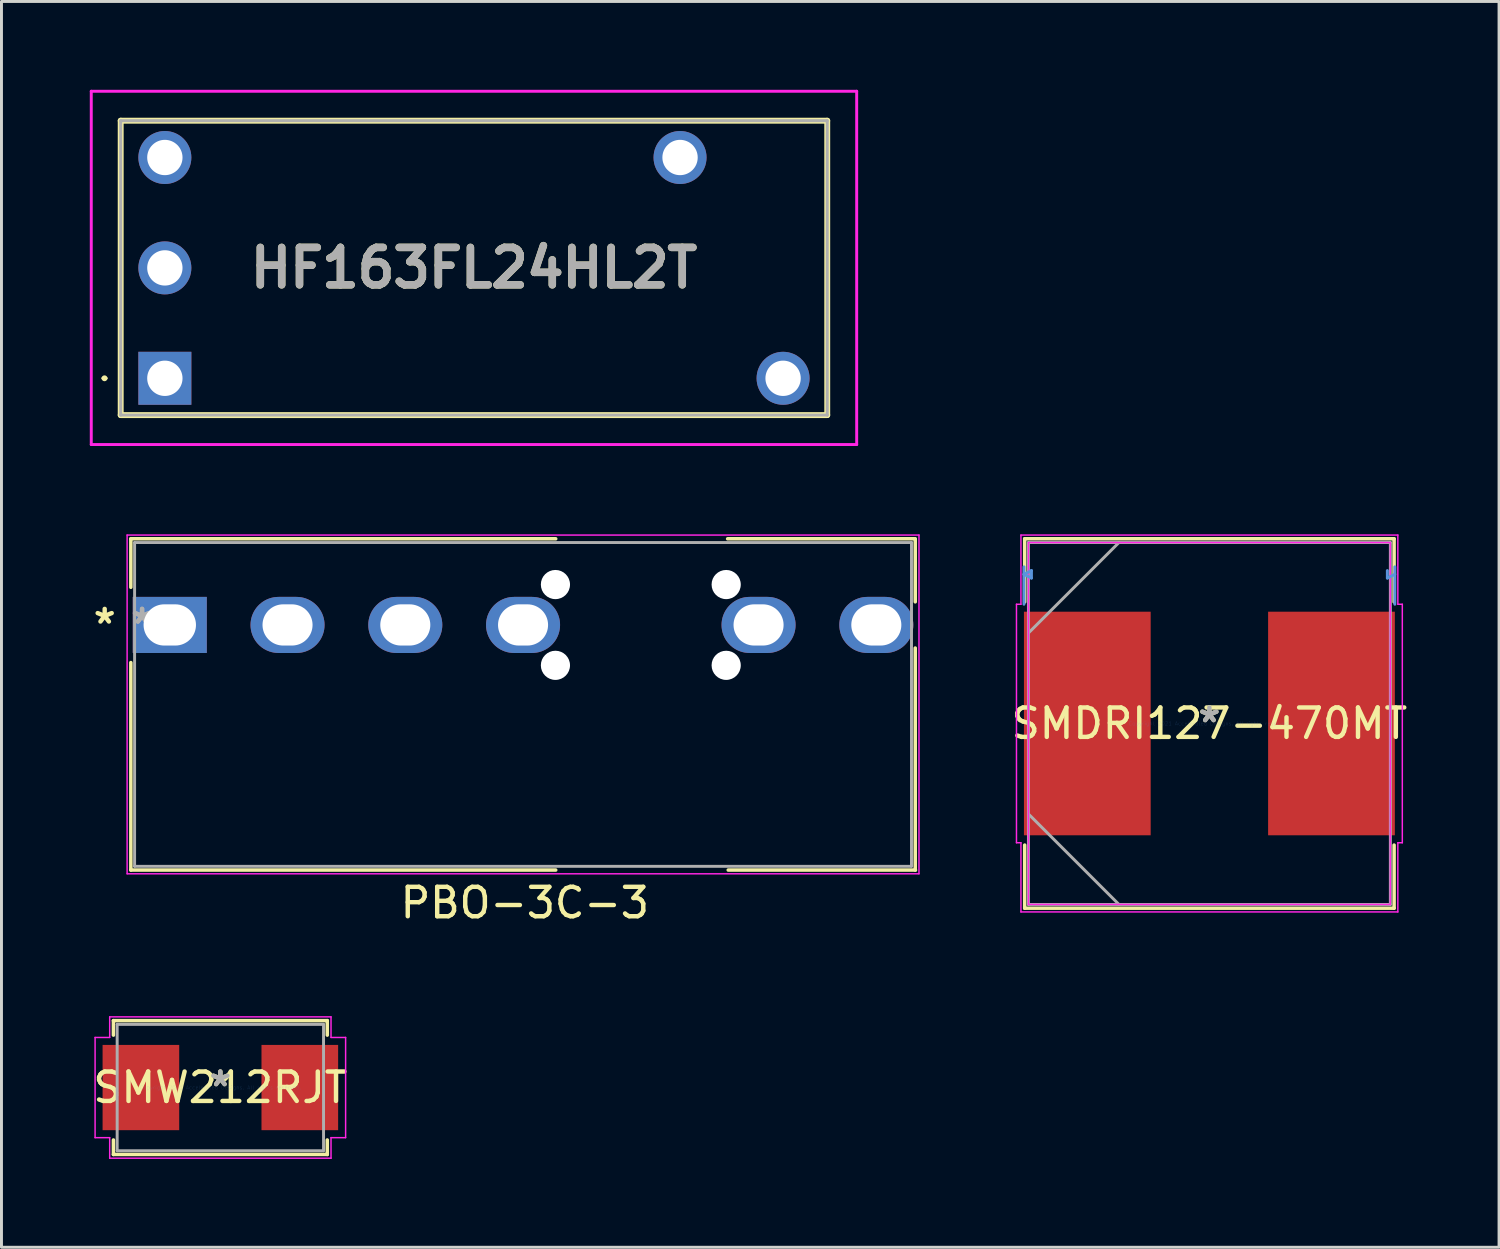
<source format=kicad_pcb>
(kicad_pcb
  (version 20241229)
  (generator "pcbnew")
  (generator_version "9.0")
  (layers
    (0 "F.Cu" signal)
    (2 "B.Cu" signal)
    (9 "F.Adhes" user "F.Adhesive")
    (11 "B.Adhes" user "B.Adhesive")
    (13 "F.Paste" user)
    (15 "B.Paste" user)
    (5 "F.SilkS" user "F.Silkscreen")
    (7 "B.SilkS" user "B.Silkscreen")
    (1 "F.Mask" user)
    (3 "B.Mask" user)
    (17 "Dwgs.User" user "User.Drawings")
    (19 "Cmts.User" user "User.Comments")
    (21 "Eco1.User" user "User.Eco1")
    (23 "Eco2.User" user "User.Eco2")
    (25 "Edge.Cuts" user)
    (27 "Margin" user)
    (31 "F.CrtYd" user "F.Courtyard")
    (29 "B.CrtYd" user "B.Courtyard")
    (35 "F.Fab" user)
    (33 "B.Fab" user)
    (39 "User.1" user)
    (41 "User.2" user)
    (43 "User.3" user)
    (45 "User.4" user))
  (footprint "PBO-3C-3"
    (layer "F.Cu")
    (at 2.717 18.178)
    (property "Reference" "PBO-3C-3" (at 12.06 9.44 0) (layer "F.SilkS") (effects (font (size 1 1) (thickness 0.15))))
    (attr through_hole)
    (fp_line (start -1.322 -2.926) (end -1.322 -1.279) (stroke (width 0.12) (type solid)) (layer "F.SilkS"))
    (fp_line (start -1.322 1.279) (end -1.322 8.326) (stroke (width 0.12) (type solid)) (layer "F.SilkS"))
    (fp_line (start -1.322 8.326) (end 13.11 8.326) (stroke (width 0.12) (type solid)) (layer "F.SilkS"))
    (fp_line (start 13.11 -2.926) (end -1.322 -2.926) (stroke (width 0.12) (type solid)) (layer "F.SilkS"))
    (fp_line (start 25.31 -2.926) (end 18.95 -2.926) (stroke (width 0.12) (type solid)) (layer "F.SilkS"))
    (fp_line (start 25.322 -0.785) (end 25.322 -2.926) (stroke (width 0.12) (type solid)) (layer "F.SilkS"))
    (fp_line (start 25.322 8.326) (end 25.322 0.785) (stroke (width 0.12) (type solid)) (layer "F.SilkS"))
    (fp_line (start 25.33 8.326) (end 18.97 8.326) (stroke (width 0.12) (type solid)) (layer "F.SilkS"))
    (fp_line (start -1.449 -3.053) (end 25.449 -3.053) (stroke (width 0.05) (type solid)) (layer "F.CrtYd"))
    (fp_line (start -1.449 8.453) (end -1.449 -3.053) (stroke (width 0.05) (type solid)) (layer "F.CrtYd"))
    (fp_line (start 25.449 -3.053) (end 25.449 8.453) (stroke (width 0.05) (type solid)) (layer "F.CrtYd"))
    (fp_line (start 25.449 8.453) (end -1.449 8.453) (stroke (width 0.05) (type solid)) (layer "F.CrtYd"))
    (fp_line (start -1.195 -2.799) (end -1.195 8.199) (stroke (width 0.1) (type solid)) (layer "F.Fab"))
    (fp_line (start -1.195 8.199) (end 25.195 8.199) (stroke (width 0.1) (type solid)) (layer "F.Fab"))
    (fp_line (start 25.195 -2.799) (end -1.195 -2.799) (stroke (width 0.1) (type solid)) (layer "F.Fab"))
    (fp_line (start 25.195 8.199) (end 25.195 -2.799) (stroke (width 0.1) (type solid)) (layer "F.Fab"))
    (fp_text user "*" (at -2.211 0 0) (layer "F.SilkS") (effects (font (size 1 1) (thickness 0.15))))
    (fp_text user "*" (at -0.941 0 0) (layer "F.Fab") (effects (font (size 1 1) (thickness 0.15))))
    (fp_text user "*" (at -0.941 0 0) (layer "F.Fab") (effects (font (size 1 1) (thickness 0.15))))
    (pad "" np_thru_hole circle (at 13.1 -1.372) (size 0.991 0.991) (drill 0.991) (layers "*.Cu" "*.Mask"))
    (pad "" np_thru_hole circle (at 13.1 1.372) (size 0.991 0.991) (drill 0.991) (layers "*.Cu" "*.Mask"))
    (pad "" np_thru_hole circle (at 18.9 -1.372) (size 0.991 0.991) (drill 0.991) (layers "*.Cu" "*.Mask"))
    (pad "" np_thru_hole circle (at 18.9 1.372) (size 0.991 0.991) (drill 0.991) (layers "*.Cu" "*.Mask"))
    (pad "1" thru_hole rect (at 0 0) (size 2.515 1.905) (drill oval 1.78 1.4) (layers "*.Cu" "*.Mask"))
    (pad "2" thru_hole oval (at 4 0) (size 2.515 1.905) (drill oval 1.7 1.4) (layers "*.Cu" "*.Mask"))
    (pad "3" thru_hole oval (at 8 0) (size 2.515 1.905) (drill oval 1.7 1.4) (layers "*.Cu" "*.Mask"))
    (pad "4" thru_hole oval (at 12 0) (size 2.515 1.905) (drill oval 1.7 1.4) (layers "*.Cu" "*.Mask"))
    (pad "5" thru_hole oval (at 20 0) (size 2.515 1.905) (drill oval 1.7 1.4) (layers "*.Cu" "*.Mask"))
    (pad "6" thru_hole oval (at 24 0) (size 2.515 1.905) (drill oval 1.7 1.4) (layers "*.Cu" "*.Mask")))
  (footprint "SMDRI127-470MT"
    (layer "F.Cu")
    (at 38.031 21.526)
    (property "Reference" "SMDRI127-470MT" (at 0 0 0) (layer "F.SilkS") (effects (font (size 1 1) (thickness 0.15))))
    (attr through_hole)
    (fp_line (start -6.274 -6.274) (end -6.274 -4.13) (stroke (width 0.12) (type solid)) (layer "F.SilkS"))
    (fp_line (start -6.274 4.13) (end -6.274 6.274) (stroke (width 0.12) (type solid)) (layer "F.SilkS"))
    (fp_line (start -6.274 6.274) (end 6.274 6.274) (stroke (width 0.12) (type solid)) (layer "F.SilkS"))
    (fp_line (start 6.274 -6.274) (end -6.274 -6.274) (stroke (width 0.12) (type solid)) (layer "F.SilkS"))
    (fp_line (start 6.274 -4.13) (end 6.274 -6.274) (stroke (width 0.12) (type solid)) (layer "F.SilkS"))
    (fp_line (start 6.274 6.274) (end 6.274 4.13) (stroke (width 0.12) (type solid)) (layer "F.SilkS"))
    (fp_line (start -6.299 -5.067) (end -6.045 -5.194) (stroke (width 0.1) (type solid)) (layer "Cmts.User"))
    (fp_line (start -6.299 -4.051) (end -6.299 -5.321) (stroke (width 0.1) (type solid)) (layer "Cmts.User"))
    (fp_line (start -6.045 -5.194) (end -6.045 -4.94) (stroke (width 0.1) (type solid)) (layer "Cmts.User"))
    (fp_line (start -6.045 -4.94) (end -6.299 -5.067) (stroke (width 0.1) (type solid)) (layer "Cmts.User"))
    (fp_line (start 6.045 -5.194) (end 6.045 -4.94) (stroke (width 0.1) (type solid)) (layer "Cmts.User"))
    (fp_line (start 6.045 -4.94) (end 6.299 -5.067) (stroke (width 0.1) (type solid)) (layer "Cmts.User"))
    (fp_line (start 6.299 -4.051) (end 6.299 -5.321) (stroke (width 0.1) (type solid)) (layer "Cmts.User"))
    (fp_line (start -6.553 -4.051) (end -6.401 -4.051) (stroke (width 0.05) (type solid)) (layer "F.CrtYd"))
    (fp_line (start -6.553 4.051) (end -6.553 -4.051) (stroke (width 0.05) (type solid)) (layer "F.CrtYd"))
    (fp_line (start -6.401 -6.401) (end 6.401 -6.401) (stroke (width 0.05) (type solid)) (layer "F.CrtYd"))
    (fp_line (start -6.401 -4.051) (end -6.401 -6.401) (stroke (width 0.05) (type solid)) (layer "F.CrtYd"))
    (fp_line (start -6.401 4.051) (end -6.553 4.051) (stroke (width 0.05) (type solid)) (layer "F.CrtYd"))
    (fp_line (start -6.401 4.051) (end -6.401 6.401) (stroke (width 0.05) (type solid)) (layer "F.CrtYd"))
    (fp_line (start -6.401 6.401) (end 6.401 6.401) (stroke (width 0.05) (type solid)) (layer "F.CrtYd"))
    (fp_line (start -6.147 -6.147) (end 6.147 -6.147) (stroke (width 0.05) (type solid)) (layer "F.CrtYd"))
    (fp_line (start -6.147 6.147) (end -6.147 -6.147) (stroke (width 0.05) (type solid)) (layer "F.CrtYd"))
    (fp_line (start 6.147 -6.147) (end 6.147 6.147) (stroke (width 0.05) (type solid)) (layer "F.CrtYd"))
    (fp_line (start 6.147 6.147) (end -6.147 6.147) (stroke (width 0.05) (type solid)) (layer "F.CrtYd"))
    (fp_line (start 6.401 -6.401) (end 6.401 -4.051) (stroke (width 0.05) (type solid)) (layer "F.CrtYd"))
    (fp_line (start 6.401 -4.051) (end 6.553 -4.051) (stroke (width 0.05) (type solid)) (layer "F.CrtYd"))
    (fp_line (start 6.401 4.051) (end 6.553 4.051) (stroke (width 0.05) (type solid)) (layer "F.CrtYd"))
    (fp_line (start 6.401 6.401) (end 6.401 4.051) (stroke (width 0.05) (type solid)) (layer "F.CrtYd"))
    (fp_line (start 6.553 -4.051) (end 6.553 4.051) (stroke (width 0.05) (type solid)) (layer "F.CrtYd"))
    (fp_line (start -6.147 -6.147) (end -6.147 6.147) (stroke (width 0.1) (type solid)) (layer "F.Fab"))
    (fp_line (start -6.147 -3.073) (end -3.073 -6.147) (stroke (width 0.1) (type solid)) (layer "F.Fab"))
    (fp_line (start -6.147 3.073) (end -3.073 6.147) (stroke (width 0.1) (type solid)) (layer "F.Fab"))
    (fp_line (start -6.147 6.147) (end 6.147 6.147) (stroke (width 0.1) (type solid)) (layer "F.Fab"))
    (fp_line (start 6.147 -6.147) (end -6.147 -6.147) (stroke (width 0.1) (type solid)) (layer "F.Fab"))
    (fp_line (start 6.147 6.147) (end 6.147 -6.147) (stroke (width 0.1) (type solid)) (layer "F.Fab"))
    (fp_text user "*" (at 0 0 0) (layer "F.SilkS") (effects (font (size 1 1) (thickness 0.15))))
    (fp_text user "Copyright 2021 Accelerated Designs. All rights reserved." (at 0 0 0) (layer "Cmts.User") (effects (font (size 0.127 0.127) (thickness 0.002))))
    (fp_text user "*" (at 0 0 0) (layer "F.Fab") (effects (font (size 1 1) (thickness 0.15))))
    (pad "1" smd rect (at -4.147 0 90) (size 7.595 4.305) (layers "F.Cu" "F.Mask" "F.Paste"))
    (pad "2" smd rect (at 4.147 0 90) (size 7.595 4.305) (layers "F.Cu" "F.Mask" "F.Paste")))
  (footprint "SMW212RJT"
    (layer "F.Cu")
    (at 4.435 33.892)
    (property "Reference" "SMW212RJT" (at 0 0 0) (layer "F.SilkS") (effects (font (size 1 1) (thickness 0.15))))
    (attr through_hole)
    (fp_line (start -3.632 -2.273) (end -3.632 -1.781) (stroke (width 0.12) (type solid)) (layer "F.SilkS"))
    (fp_line (start -3.632 1.781) (end -3.632 2.273) (stroke (width 0.12) (type solid)) (layer "F.SilkS"))
    (fp_line (start -3.632 2.273) (end 3.632 2.273) (stroke (width 0.12) (type solid)) (layer "F.SilkS"))
    (fp_line (start 3.632 -2.273) (end -3.632 -2.273) (stroke (width 0.12) (type solid)) (layer "F.SilkS"))
    (fp_line (start 3.632 -1.781) (end 3.632 -2.273) (stroke (width 0.12) (type solid)) (layer "F.SilkS"))
    (fp_line (start 3.632 2.273) (end 3.632 1.781) (stroke (width 0.12) (type solid)) (layer "F.SilkS"))
    (fp_line (start -4.255 -1.702) (end -3.759 -1.702) (stroke (width 0.05) (type solid)) (layer "F.CrtYd"))
    (fp_line (start -4.255 1.702) (end -4.255 -1.702) (stroke (width 0.05) (type solid)) (layer "F.CrtYd"))
    (fp_line (start -3.759 -2.4) (end 3.759 -2.4) (stroke (width 0.05) (type solid)) (layer "F.CrtYd"))
    (fp_line (start -3.759 -1.702) (end -3.759 -2.4) (stroke (width 0.05) (type solid)) (layer "F.CrtYd"))
    (fp_line (start -3.759 1.702) (end -4.255 1.702) (stroke (width 0.05) (type solid)) (layer "F.CrtYd"))
    (fp_line (start -3.759 2.4) (end -3.759 1.702) (stroke (width 0.05) (type solid)) (layer "F.CrtYd"))
    (fp_line (start 3.759 -2.4) (end 3.759 -1.702) (stroke (width 0.05) (type solid)) (layer "F.CrtYd"))
    (fp_line (start 3.759 -1.702) (end 4.255 -1.702) (stroke (width 0.05) (type solid)) (layer "F.CrtYd"))
    (fp_line (start 3.759 1.702) (end 3.759 2.4) (stroke (width 0.05) (type solid)) (layer "F.CrtYd"))
    (fp_line (start 3.759 2.4) (end -3.759 2.4) (stroke (width 0.05) (type solid)) (layer "F.CrtYd"))
    (fp_line (start 4.255 -1.702) (end 4.255 1.702) (stroke (width 0.05) (type solid)) (layer "F.CrtYd"))
    (fp_line (start 4.255 1.702) (end 3.759 1.702) (stroke (width 0.05) (type solid)) (layer "F.CrtYd"))
    (fp_line (start -3.505 -2.146) (end -3.505 2.146) (stroke (width 0.1) (type solid)) (layer "F.Fab"))
    (fp_line (start -3.505 2.146) (end 3.505 2.146) (stroke (width 0.1) (type solid)) (layer "F.Fab"))
    (fp_line (start 3.505 -2.146) (end -3.505 -2.146) (stroke (width 0.1) (type solid)) (layer "F.Fab"))
    (fp_line (start 3.505 2.146) (end 3.505 -2.146) (stroke (width 0.1) (type solid)) (layer "F.Fab"))
    (fp_text user "*" (at 0 0 0) (layer "F.SilkS") (effects (font (size 1 1) (thickness 0.15))))
    (fp_text user "Copyright 2021 Accelerated Designs. All rights reserved." (at 0 0 0) (layer "Cmts.User") (effects (font (size 0.127 0.127) (thickness 0.002))))
    (fp_text user "*" (at 0 0 0) (layer "F.Fab") (effects (font (size 1 1) (thickness 0.15))))
    (pad "1" smd rect (at -2.699 0) (size 2.603 2.896) (layers "F.Cu" "F.Mask" "F.Paste"))
    (pad "2" smd rect (at 2.699 0) (size 2.603 2.896) (layers "F.Cu" "F.Mask" "F.Paste")))
  (footprint "HF163FL24HL2T"
    (layer "F.Cu")
    (at 2.55 9.8)
    (property "Reference" "HF163FL24HL2T" (at 10.5 -3.75 0) (layer "F.SilkS") (effects (font (size 1.27 1.27) (thickness 0.254))))
    (attr through_hole)
    (fp_line (start -2.1 0) (end -2.1 0) (stroke (width 0.1) (type solid)) (layer "F.SilkS"))
    (fp_line (start -2 0) (end -2 0) (stroke (width 0.1) (type solid)) (layer "F.SilkS"))
    (fp_line (start -1.5 -8.75) (end -1.5 1.25) (stroke (width 0.2) (type solid)) (layer "F.SilkS"))
    (fp_line (start -1.5 1.25) (end 22.5 1.25) (stroke (width 0.2) (type solid)) (layer "F.SilkS"))
    (fp_line (start 22.5 -8.75) (end -1.5 -8.75) (stroke (width 0.2) (type solid)) (layer "F.SilkS"))
    (fp_line (start 22.5 1.25) (end 22.5 -8.75) (stroke (width 0.2) (type solid)) (layer "F.SilkS"))
    (fp_arc (start -2.1 0) (mid -2.05 -0.05) (end -2 0) (stroke (width 0.1) (type solid)) (layer "F.SilkS"))
    (fp_arc (start -2 0) (mid -2.05 0.05) (end -2.1 0) (stroke (width 0.1) (type solid)) (layer "F.SilkS"))
    (fp_line (start -2.5 -9.75) (end -2.5 2.25) (stroke (width 0.1) (type solid)) (layer "F.CrtYd"))
    (fp_line (start -2.5 2.25) (end 23.5 2.25) (stroke (width 0.1) (type solid)) (layer "F.CrtYd"))
    (fp_line (start 23.5 -9.75) (end -2.5 -9.75) (stroke (width 0.1) (type solid)) (layer "F.CrtYd"))
    (fp_line (start 23.5 2.25) (end 23.5 -9.75) (stroke (width 0.1) (type solid)) (layer "F.CrtYd"))
    (fp_line (start -1.5 -8.75) (end 22.5 -8.75) (stroke (width 0.1) (type solid)) (layer "F.Fab"))
    (fp_line (start -1.5 1.25) (end -1.5 -8.75) (stroke (width 0.1) (type solid)) (layer "F.Fab"))
    (fp_line (start 22.5 -8.75) (end 22.5 1.25) (stroke (width 0.1) (type solid)) (layer "F.Fab"))
    (fp_line (start 22.5 1.25) (end -1.5 1.25) (stroke (width 0.1) (type solid)) (layer "F.Fab"))
    (fp_text user "${REFERENCE}" (at 10.5 -3.75 0) (layer "F.Fab") (effects (font (size 1.27 1.27) (thickness 0.254))))
    (pad "1" thru_hole rect (at 0 0) (size 1.8 1.8) (drill 1.2) (layers "*.Cu" "*.Mask"))
    (pad "2" thru_hole circle (at 0 -3.75) (size 1.8 1.8) (drill 1.2) (layers "*.Cu" "*.Mask"))
    (pad "3" thru_hole circle (at 0 -7.5) (size 1.8 1.8) (drill 1.2) (layers "*.Cu" "*.Mask"))
    (pad "4" thru_hole circle (at 17.5 -7.5) (size 1.8 1.8) (drill 1.2) (layers "*.Cu" "*.Mask"))
    (pad "5" thru_hole circle (at 21 0) (size 1.8 1.8) (drill 1.2) (layers "*.Cu" "*.Mask")))
  (gr_rect
    (start -3 -3)
    (end 47.87 39.317)
    (stroke (width 0.1) (type default))
    (fill no)
    (layer "Edge.Cuts")))
</source>
